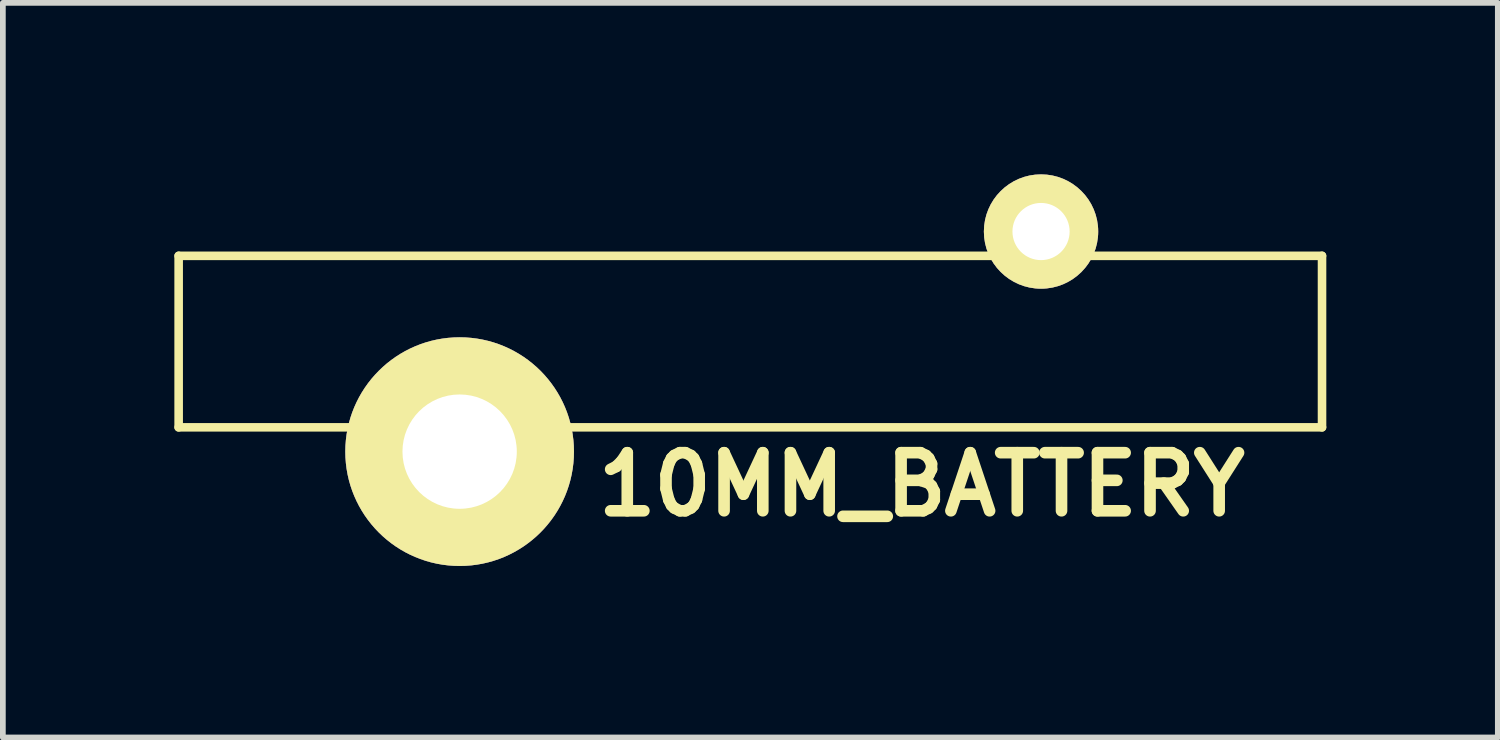
<source format=kicad_pcb>
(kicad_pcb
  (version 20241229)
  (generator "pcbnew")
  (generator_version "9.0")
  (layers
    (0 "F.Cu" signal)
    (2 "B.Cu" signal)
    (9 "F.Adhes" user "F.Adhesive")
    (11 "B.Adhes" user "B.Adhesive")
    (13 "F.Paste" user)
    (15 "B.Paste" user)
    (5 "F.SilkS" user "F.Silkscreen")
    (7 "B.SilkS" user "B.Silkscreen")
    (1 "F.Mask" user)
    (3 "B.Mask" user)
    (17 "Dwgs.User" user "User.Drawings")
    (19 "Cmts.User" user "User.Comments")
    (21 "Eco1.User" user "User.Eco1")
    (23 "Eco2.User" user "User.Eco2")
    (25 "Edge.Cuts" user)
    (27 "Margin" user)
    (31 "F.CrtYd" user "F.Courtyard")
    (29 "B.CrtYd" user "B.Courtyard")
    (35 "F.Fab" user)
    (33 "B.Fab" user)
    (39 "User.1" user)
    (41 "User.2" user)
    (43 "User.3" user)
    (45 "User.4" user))
  (footprint "10MM_BATTERY"
    (layer "F.Cu")
    (at 10.075 2.925)
    (property "Reference" "10MM_BATTERY" (at 3 2.5 0) (layer "F.SilkS") (effects (font (size 1.016 1.016) (thickness 0.203))))
    (attr through_hole)
    (fp_line (start -10 -1.5) (end 10 -1.5) (stroke (width 0.15) (type solid)) (layer "F.SilkS"))
    (fp_line (start -10 1.5) (end -10 -1.5) (stroke (width 0.15) (type solid)) (layer "F.SilkS"))
    (fp_line (start 10 -1.5) (end 10 1.5) (stroke (width 0.15) (type solid)) (layer "F.SilkS"))
    (fp_line (start 10 1.5) (end -10 1.5) (stroke (width 0.15) (type solid)) (layer "F.SilkS"))
    (pad "+" thru_hole circle (at -5.085 1.925) (size 4 4) (drill 2) (layers "*.Cu" "*.Mask" "F.SilkS"))
    (pad "-" thru_hole circle (at 5.085 -1.925) (size 2 2) (drill 1) (layers "*.Cu" "*.Mask" "F.SilkS")))
  (gr_rect
    (start -3 -3)
    (end 23.15 9.85)
    (stroke (width 0.1) (type default))
    (fill no)
    (layer "Edge.Cuts")))
</source>
